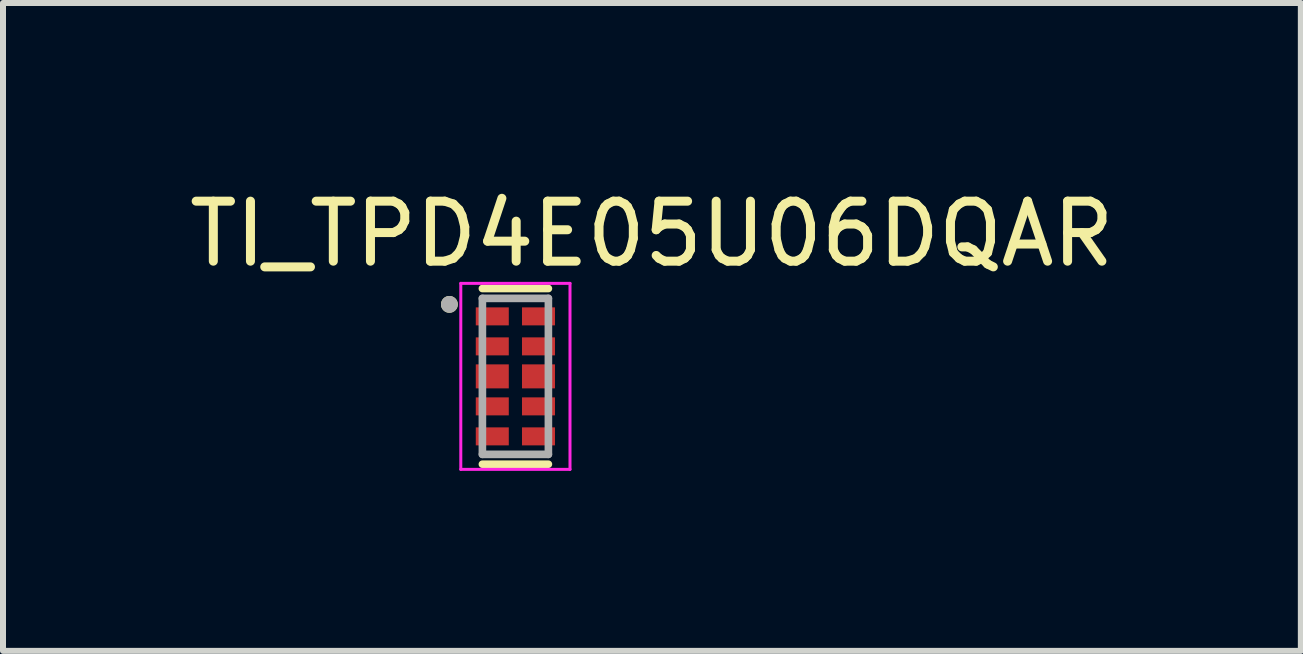
<source format=kicad_pcb>
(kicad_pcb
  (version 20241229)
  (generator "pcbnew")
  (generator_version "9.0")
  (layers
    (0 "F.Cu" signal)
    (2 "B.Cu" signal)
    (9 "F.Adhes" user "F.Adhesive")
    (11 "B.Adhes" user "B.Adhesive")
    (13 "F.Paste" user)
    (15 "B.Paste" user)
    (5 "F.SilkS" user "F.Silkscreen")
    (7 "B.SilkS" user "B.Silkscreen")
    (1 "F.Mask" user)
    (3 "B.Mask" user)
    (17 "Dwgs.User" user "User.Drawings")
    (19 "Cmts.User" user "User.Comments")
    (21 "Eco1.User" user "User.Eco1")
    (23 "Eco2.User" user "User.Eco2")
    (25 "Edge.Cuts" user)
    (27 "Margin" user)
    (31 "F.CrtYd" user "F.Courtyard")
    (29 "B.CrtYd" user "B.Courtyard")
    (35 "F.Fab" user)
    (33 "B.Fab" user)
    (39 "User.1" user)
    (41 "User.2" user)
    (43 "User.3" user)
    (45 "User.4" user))
  (footprint "TI_TPD4E05U06DQAR"
    (layer "F.Cu")
    (at 5.54 3.223)
    (property "Reference" "TI_TPD4E05U06DQAR" (at 2.275 -2.375 0) (layer "F.SilkS") (effects (font (size 1 1) (thickness 0.15))))
    (attr smd)
    (fp_line (start -0.55 -1.464) (end 0.55 -1.464) (stroke (width 0.127) (type solid)) (layer "F.SilkS"))
    (fp_line (start 0.55 1.464) (end -0.55 1.464) (stroke (width 0.127) (type solid)) (layer "F.SilkS"))
    (fp_circle (center -1.1 -1.2) (end -1.03 -1.2) (stroke (width 0.14) (type solid)) (fill no) (layer "F.SilkS"))
    (fp_line (start -0.91 -1.55) (end 0.91 -1.55) (stroke (width 0.05) (type solid)) (layer "F.CrtYd"))
    (fp_line (start -0.91 1.55) (end -0.91 -1.55) (stroke (width 0.05) (type solid)) (layer "F.CrtYd"))
    (fp_line (start 0.91 -1.55) (end 0.91 1.55) (stroke (width 0.05) (type solid)) (layer "F.CrtYd"))
    (fp_line (start 0.91 1.55) (end -0.91 1.55) (stroke (width 0.05) (type solid)) (layer "F.CrtYd"))
    (fp_line (start -0.55 -1.3) (end 0.55 -1.3) (stroke (width 0.127) (type solid)) (layer "F.Fab"))
    (fp_line (start -0.55 1.3) (end -0.55 -1.3) (stroke (width 0.127) (type solid)) (layer "F.Fab"))
    (fp_line (start 0.55 -1.3) (end 0.55 1.3) (stroke (width 0.127) (type solid)) (layer "F.Fab"))
    (fp_line (start 0.55 1.3) (end -0.55 1.3) (stroke (width 0.127) (type solid)) (layer "F.Fab"))
    (fp_circle (center -1.1 -1.2) (end -1.03 -1.2) (stroke (width 0.14) (type solid)) (fill no) (layer "F.Fab"))
    (pad "1" smd rect (at -0.385 -1) (size 0.55 0.3) (layers "F.Cu" "F.Mask" "F.Paste"))
    (pad "2" smd rect (at -0.385 -0.5) (size 0.55 0.3) (layers "F.Cu" "F.Mask" "F.Paste"))
    (pad "3" smd rect (at -0.385 0) (size 0.55 0.4) (layers "F.Cu" "F.Mask" "F.Paste"))
    (pad "4" smd rect (at -0.385 0.5) (size 0.55 0.3) (layers "F.Cu" "F.Mask" "F.Paste"))
    (pad "5" smd rect (at -0.385 1) (size 0.55 0.3) (layers "F.Cu" "F.Mask" "F.Paste"))
    (pad "6" smd rect (at 0.385 1) (size 0.55 0.3) (layers "F.Cu" "F.Mask" "F.Paste"))
    (pad "7" smd rect (at 0.385 0.5) (size 0.55 0.3) (layers "F.Cu" "F.Mask" "F.Paste"))
    (pad "8" smd rect (at 0.385 0) (size 0.55 0.4) (layers "F.Cu" "F.Mask" "F.Paste"))
    (pad "9" smd rect (at 0.385 -0.5) (size 0.55 0.3) (layers "F.Cu" "F.Mask" "F.Paste"))
    (pad "10" smd rect (at 0.385 -1) (size 0.55 0.3) (layers "F.Cu" "F.Mask" "F.Paste")))
  (gr_rect
    (start -3 -3)
    (end 18.631 7.798)
    (stroke (width 0.1) (type default))
    (fill no)
    (layer "Edge.Cuts")))
</source>
